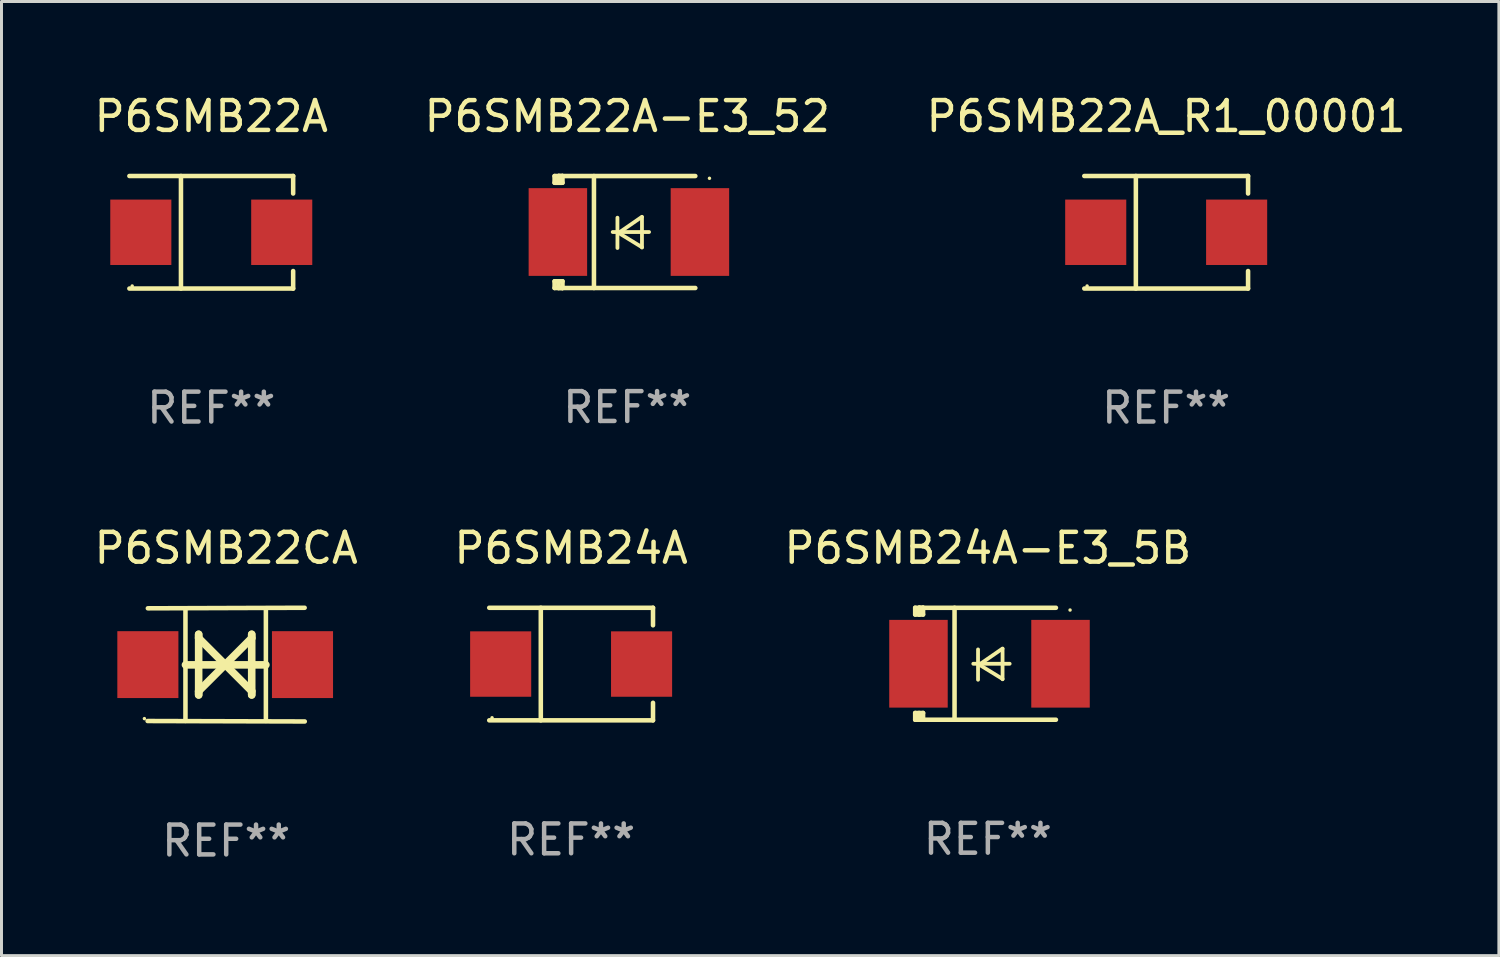
<source format=kicad_pcb>
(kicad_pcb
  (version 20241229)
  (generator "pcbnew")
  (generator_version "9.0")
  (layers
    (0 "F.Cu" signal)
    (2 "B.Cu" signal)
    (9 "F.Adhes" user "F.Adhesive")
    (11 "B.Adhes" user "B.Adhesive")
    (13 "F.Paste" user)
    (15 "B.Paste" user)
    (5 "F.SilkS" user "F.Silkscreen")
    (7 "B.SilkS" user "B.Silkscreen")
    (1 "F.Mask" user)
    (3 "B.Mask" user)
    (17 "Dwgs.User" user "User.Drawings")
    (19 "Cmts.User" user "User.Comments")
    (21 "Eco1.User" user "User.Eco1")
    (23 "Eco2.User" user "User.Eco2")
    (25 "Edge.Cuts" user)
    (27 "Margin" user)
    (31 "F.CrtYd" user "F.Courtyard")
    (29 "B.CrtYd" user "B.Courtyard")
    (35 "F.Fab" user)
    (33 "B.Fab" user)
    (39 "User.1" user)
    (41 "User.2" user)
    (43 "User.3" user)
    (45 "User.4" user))
  (footprint "P6SMB24A"
    (layer "F.Cu")
    (at 16.089 19.203)
    (property "Reference" "P6SMB24A" (at 0 -3.886 0) (layer "F.SilkS") (effects (font (size 1 1) (thickness 0.15))))
    (attr through_hole)
    (fp_line (start -2.744 -1.886) (end 2.744 -1.886) (stroke (width 0.152) (type solid)) (layer "F.SilkS"))
    (fp_line (start -2.744 1.886) (end 2.744 1.886) (stroke (width 0.152) (type solid)) (layer "F.SilkS"))
    (fp_line (start -1.016 -1.886) (end -1.016 1.886) (stroke (width 0.152) (type solid)) (layer "F.SilkS"))
    (fp_line (start 2.744 -1.886) (end 2.744 -1.299) (stroke (width 0.152) (type solid)) (layer "F.SilkS"))
    (fp_line (start 2.744 1.886) (end 2.744 1.299) (stroke (width 0.152) (type solid)) (layer "F.SilkS"))
    (fp_circle (center -2.65 1.8) (end -2.62 1.8) (stroke (width 0.06) (type solid)) (fill no) (layer "F.SilkS"))
    (fp_text user "REF**" (at 0 5.886 0) (layer "F.Fab") (effects (font (size 1 1) (thickness 0.15))))
    (pad "1" smd rect (at -2.361 0) (size 2.047 2.192) (layers "F.Cu" "F.Mask" "F.Paste"))
    (pad "2" smd rect (at 2.361 0) (size 2.047 2.192) (layers "F.Cu" "F.Mask" "F.Paste")))
  (footprint "P6SMB22CA"
    (layer "F.Cu")
    (at 4.53 19.222)
    (property "Reference" "P6SMB22CA" (at 0 -3.905 0) (layer "F.SilkS") (effects (font (size 1 1) (thickness 0.15))))
    (attr through_hole)
    (fp_line (start -1.365 1.886) (end -1.365 -1.886) (stroke (width 0.152) (type solid)) (layer "F.SilkS"))
    (fp_line (start -1.365 0.008) (end 1.33 0.008) (stroke (width 0.254) (type solid)) (layer "F.SilkS"))
    (fp_line (start -0.923 -1.016) (end -0.923 1.016) (stroke (width 0.254) (type solid)) (layer "F.SilkS"))
    (fp_line (start -0.923 -0.889) (end -0.923 -1.016) (stroke (width 0.254) (type solid)) (layer "F.SilkS"))
    (fp_line (start -0.923 0.889) (end -0.034 0) (stroke (width 0.254) (type solid)) (layer "F.SilkS"))
    (fp_line (start -0.923 1.016) (end -0.923 0.889) (stroke (width 0.254) (type solid)) (layer "F.SilkS"))
    (fp_line (start -0.034 0) (end -0.923 -0.889) (stroke (width 0.254) (type solid)) (layer "F.SilkS"))
    (fp_line (start -0.034 0) (end 0.855 0.889) (stroke (width 0.254) (type solid)) (layer "F.SilkS"))
    (fp_line (start 0.855 -1.016) (end 0.855 -0.889) (stroke (width 0.254) (type solid)) (layer "F.SilkS"))
    (fp_line (start 0.855 -0.889) (end -0.034 0) (stroke (width 0.254) (type solid)) (layer "F.SilkS"))
    (fp_line (start 0.855 0.889) (end 0.855 1.016) (stroke (width 0.254) (type solid)) (layer "F.SilkS"))
    (fp_line (start 0.855 1.016) (end 0.855 -1.016) (stroke (width 0.254) (type solid)) (layer "F.SilkS"))
    (fp_line (start 1.33 1.886) (end 1.33 -1.886) (stroke (width 0.152) (type solid)) (layer "F.SilkS"))
    (fp_line (start 2.629 -1.905) (end -2.625 -1.887) (stroke (width 0.152) (type solid)) (layer "F.SilkS"))
    (fp_line (start 2.633 1.905) (end -2.633 1.89) (stroke (width 0.152) (type solid)) (layer "F.SilkS"))
    (fp_circle (center -2.741 1.81) (end -2.711 1.81) (stroke (width 0.06) (type solid)) (fill no) (layer "F.SilkS"))
    (fp_text user "REF**" (at 0 5.905 0) (layer "F.Fab") (effects (font (size 1 1) (thickness 0.15))))
    (pad "1" smd rect (at -2.625 0) (size 2.047 2.241) (layers "F.Cu" "F.Mask" "F.Paste"))
    (pad "2" smd rect (at 2.557 0) (size 2.047 2.241) (layers "F.Cu" "F.Mask" "F.Paste")))
  (footprint "P6SMB22A"
    (layer "F.Cu")
    (at 4.03 4.734)
    (property "Reference" "P6SMB22A" (at 0 -3.886 0) (layer "F.SilkS") (effects (font (size 1 1) (thickness 0.15))))
    (attr through_hole)
    (fp_line (start -2.744 -1.886) (end 2.744 -1.886) (stroke (width 0.152) (type solid)) (layer "F.SilkS"))
    (fp_line (start -2.744 1.886) (end 2.744 1.886) (stroke (width 0.152) (type solid)) (layer "F.SilkS"))
    (fp_line (start -1.016 -1.886) (end -1.016 1.886) (stroke (width 0.152) (type solid)) (layer "F.SilkS"))
    (fp_line (start 2.744 -1.886) (end 2.744 -1.299) (stroke (width 0.152) (type solid)) (layer "F.SilkS"))
    (fp_line (start 2.744 1.886) (end 2.744 1.299) (stroke (width 0.152) (type solid)) (layer "F.SilkS"))
    (fp_circle (center -2.65 1.8) (end -2.62 1.8) (stroke (width 0.06) (type solid)) (fill no) (layer "F.SilkS"))
    (fp_text user "REF**" (at 0 5.886 0) (layer "F.Fab") (effects (font (size 1 1) (thickness 0.15))))
    (pad "1" smd rect (at -2.361 0) (size 2.047 2.192) (layers "F.Cu" "F.Mask" "F.Paste"))
    (pad "2" smd rect (at 2.361 0) (size 2.047 2.192) (layers "F.Cu" "F.Mask" "F.Paste")))
  (footprint "P6SMB22A-E3_52"
    (layer "F.Cu")
    (at 17.97 4.725)
    (property "Reference" "P6SMB22A-E3_52" (at 0 -3.876 0) (layer "F.SilkS") (effects (font (size 1 1) (thickness 0.15))))
    (attr through_hole)
    (fp_line (start -2.435 1.65) (end -2.171 1.65) (stroke (width 0.152) (type solid)) (layer "F.SilkS"))
    (fp_line (start -2.435 1.876) (end -2.435 1.65) (stroke (width 0.152) (type solid)) (layer "F.SilkS"))
    (fp_line (start -2.435 -1.876) (end -2.171 -1.876) (stroke (width 0.152) (type solid)) (layer "F.SilkS"))
    (fp_line (start -2.435 -1.65) (end -2.435 -1.876) (stroke (width 0.152) (type solid)) (layer "F.SilkS"))
    (fp_line (start -2.305 -1.866) (end -2.295 -1.876) (stroke (width 0.152) (type solid)) (layer "F.SilkS"))
    (fp_line (start -2.305 -1.65) (end -2.305 -1.866) (stroke (width 0.152) (type solid)) (layer "F.SilkS"))
    (fp_line (start -2.305 1.876) (end -2.305 1.65) (stroke (width 0.152) (type solid)) (layer "F.SilkS"))
    (fp_line (start -2.295 -1.876) (end -2.295 -1.65) (stroke (width 0.152) (type solid)) (layer "F.SilkS"))
    (fp_line (start -2.171 1.876) (end -2.435 1.876) (stroke (width 0.152) (type solid)) (layer "F.SilkS"))
    (fp_line (start -2.171 -1.65) (end -2.435 -1.65) (stroke (width 0.152) (type solid)) (layer "F.SilkS"))
    (fp_line (start -2.171 -1.876) (end -2.295 -1.876) (stroke (width 0.152) (type solid)) (layer "F.SilkS"))
    (fp_line (start -2.171 -1.65) (end -2.171 -1.876) (stroke (width 0.152) (type solid)) (layer "F.SilkS"))
    (fp_line (start -2.171 1.876) (end -2.305 1.876) (stroke (width 0.152) (type solid)) (layer "F.SilkS"))
    (fp_line (start -2.171 1.876) (end -2.171 1.65) (stroke (width 0.152) (type solid)) (layer "F.SilkS"))
    (fp_line (start -1.116 1.876) (end -1.116 -1.876) (stroke (width 0.152) (type solid)) (layer "F.SilkS"))
    (fp_line (start -0.488 0.000102) (end 0.731 0.000102) (stroke (width 0.127) (type solid)) (layer "F.SilkS"))
    (fp_line (start -0.329 -0.48) (end -0.329 0.536) (stroke (width 0.127) (type solid)) (layer "F.SilkS"))
    (fp_line (start -0.29 0.03) (end 0.493 0.51) (stroke (width 0.127) (type solid)) (layer "F.SilkS"))
    (fp_line (start 0.493 -0.51) (end -0.29 0.03) (stroke (width 0.127) (type solid)) (layer "F.SilkS"))
    (fp_line (start 0.493 0.52) (end 0.493 -0.496) (stroke (width 0.127) (type solid)) (layer "F.SilkS"))
    (fp_line (start 2.281 -1.876) (end -2.171 -1.876) (stroke (width 0.152) (type solid)) (layer "F.SilkS"))
    (fp_line (start 2.281 1.876) (end -2.171 1.876) (stroke (width 0.152) (type solid)) (layer "F.SilkS"))
    (fp_circle (center 2.755 -1.8) (end 2.785 -1.8) (stroke (width 0.06) (type solid)) (fill no) (layer "F.SilkS"))
    (fp_text user "REF**" (at 0 5.876 0) (layer "F.Fab") (effects (font (size 1 1) (thickness 0.15))))
    (pad "1" smd rect (at 2.435 -0.000025 180) (size 1.96 2.94) (layers "F.Cu" "F.Mask" "F.Paste"))
    (pad "2" smd rect (at -2.325 -0.000025 180) (size 1.96 2.94) (layers "F.Cu" "F.Mask" "F.Paste")))
  (footprint "P6SMB22A_R1_00001"
    (layer "F.Cu")
    (at 36.03 4.734)
    (property "Reference" "P6SMB22A_R1_00001" (at 0 -3.886 0) (layer "F.SilkS") (effects (font (size 1 1) (thickness 0.15))))
    (attr through_hole)
    (fp_line (start -2.744 -1.886) (end 2.744 -1.886) (stroke (width 0.152) (type solid)) (layer "F.SilkS"))
    (fp_line (start -2.744 1.886) (end 2.744 1.886) (stroke (width 0.152) (type solid)) (layer "F.SilkS"))
    (fp_line (start -1.016 -1.886) (end -1.016 1.886) (stroke (width 0.152) (type solid)) (layer "F.SilkS"))
    (fp_line (start 2.744 -1.886) (end 2.744 -1.299) (stroke (width 0.152) (type solid)) (layer "F.SilkS"))
    (fp_line (start 2.744 1.886) (end 2.744 1.299) (stroke (width 0.152) (type solid)) (layer "F.SilkS"))
    (fp_circle (center -2.65 1.8) (end -2.62 1.8) (stroke (width 0.06) (type solid)) (fill no) (layer "F.SilkS"))
    (fp_text user "REF**" (at 0 5.886 0) (layer "F.Fab") (effects (font (size 1 1) (thickness 0.15))))
    (pad "1" smd rect (at -2.361 0) (size 2.047 2.192) (layers "F.Cu" "F.Mask" "F.Paste"))
    (pad "2" smd rect (at 2.361 0) (size 2.047 2.192) (layers "F.Cu" "F.Mask" "F.Paste")))
  (footprint "P6SMB24A-E3_5B"
    (layer "F.Cu")
    (at 30.054 19.193)
    (property "Reference" "P6SMB24A-E3_5B" (at 0 -3.876 0) (layer "F.SilkS") (effects (font (size 1 1) (thickness 0.15))))
    (attr through_hole)
    (fp_line (start -2.435 1.65) (end -2.171 1.65) (stroke (width 0.152) (type solid)) (layer "F.SilkS"))
    (fp_line (start -2.435 1.876) (end -2.435 1.65) (stroke (width 0.152) (type solid)) (layer "F.SilkS"))
    (fp_line (start -2.435 -1.876) (end -2.171 -1.876) (stroke (width 0.152) (type solid)) (layer "F.SilkS"))
    (fp_line (start -2.435 -1.65) (end -2.435 -1.876) (stroke (width 0.152) (type solid)) (layer "F.SilkS"))
    (fp_line (start -2.305 -1.866) (end -2.295 -1.876) (stroke (width 0.152) (type solid)) (layer "F.SilkS"))
    (fp_line (start -2.305 -1.65) (end -2.305 -1.866) (stroke (width 0.152) (type solid)) (layer "F.SilkS"))
    (fp_line (start -2.305 1.876) (end -2.305 1.65) (stroke (width 0.152) (type solid)) (layer "F.SilkS"))
    (fp_line (start -2.295 -1.876) (end -2.295 -1.65) (stroke (width 0.152) (type solid)) (layer "F.SilkS"))
    (fp_line (start -2.171 1.876) (end -2.435 1.876) (stroke (width 0.152) (type solid)) (layer "F.SilkS"))
    (fp_line (start -2.171 -1.65) (end -2.435 -1.65) (stroke (width 0.152) (type solid)) (layer "F.SilkS"))
    (fp_line (start -2.171 -1.876) (end -2.295 -1.876) (stroke (width 0.152) (type solid)) (layer "F.SilkS"))
    (fp_line (start -2.171 -1.65) (end -2.171 -1.876) (stroke (width 0.152) (type solid)) (layer "F.SilkS"))
    (fp_line (start -2.171 1.876) (end -2.305 1.876) (stroke (width 0.152) (type solid)) (layer "F.SilkS"))
    (fp_line (start -2.171 1.876) (end -2.171 1.65) (stroke (width 0.152) (type solid)) (layer "F.SilkS"))
    (fp_line (start -1.116 1.876) (end -1.116 -1.876) (stroke (width 0.152) (type solid)) (layer "F.SilkS"))
    (fp_line (start -0.488 0.000102) (end 0.731 0.000102) (stroke (width 0.127) (type solid)) (layer "F.SilkS"))
    (fp_line (start -0.329 -0.48) (end -0.329 0.536) (stroke (width 0.127) (type solid)) (layer "F.SilkS"))
    (fp_line (start -0.29 0.03) (end 0.493 0.51) (stroke (width 0.127) (type solid)) (layer "F.SilkS"))
    (fp_line (start 0.493 -0.51) (end -0.29 0.03) (stroke (width 0.127) (type solid)) (layer "F.SilkS"))
    (fp_line (start 0.493 0.52) (end 0.493 -0.496) (stroke (width 0.127) (type solid)) (layer "F.SilkS"))
    (fp_line (start 2.281 -1.876) (end -2.171 -1.876) (stroke (width 0.152) (type solid)) (layer "F.SilkS"))
    (fp_line (start 2.281 1.876) (end -2.171 1.876) (stroke (width 0.152) (type solid)) (layer "F.SilkS"))
    (fp_circle (center 2.755 -1.8) (end 2.785 -1.8) (stroke (width 0.06) (type solid)) (fill no) (layer "F.SilkS"))
    (fp_text user "REF**" (at 0 5.876 0) (layer "F.Fab") (effects (font (size 1 1) (thickness 0.15))))
    (pad "1" smd rect (at 2.435 -0.000025 180) (size 1.96 2.94) (layers "F.Cu" "F.Mask" "F.Paste"))
    (pad "2" smd rect (at -2.325 -0.000025 180) (size 1.96 2.94) (layers "F.Cu" "F.Mask" "F.Paste")))
  (gr_rect
    (start -3 -3)
    (end 47.179 28.975)
    (stroke (width 0.1) (type default))
    (fill no)
    (layer "Edge.Cuts")))
</source>
